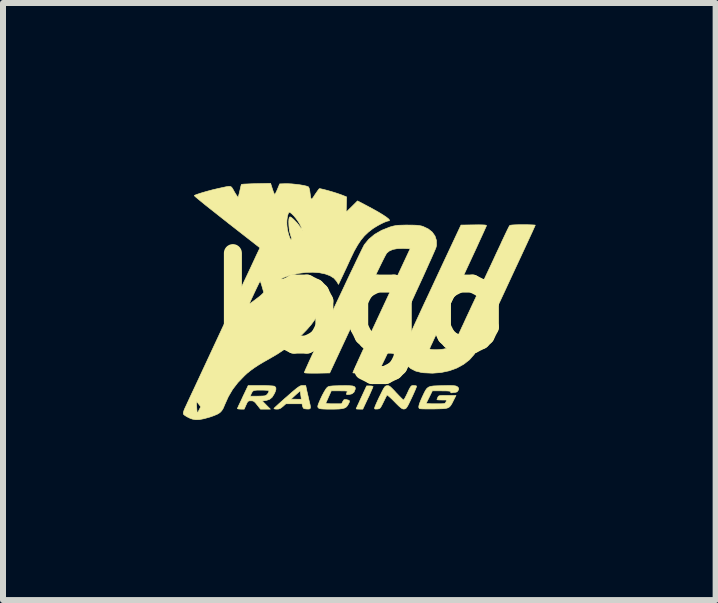
<source format=kicad_pcb>
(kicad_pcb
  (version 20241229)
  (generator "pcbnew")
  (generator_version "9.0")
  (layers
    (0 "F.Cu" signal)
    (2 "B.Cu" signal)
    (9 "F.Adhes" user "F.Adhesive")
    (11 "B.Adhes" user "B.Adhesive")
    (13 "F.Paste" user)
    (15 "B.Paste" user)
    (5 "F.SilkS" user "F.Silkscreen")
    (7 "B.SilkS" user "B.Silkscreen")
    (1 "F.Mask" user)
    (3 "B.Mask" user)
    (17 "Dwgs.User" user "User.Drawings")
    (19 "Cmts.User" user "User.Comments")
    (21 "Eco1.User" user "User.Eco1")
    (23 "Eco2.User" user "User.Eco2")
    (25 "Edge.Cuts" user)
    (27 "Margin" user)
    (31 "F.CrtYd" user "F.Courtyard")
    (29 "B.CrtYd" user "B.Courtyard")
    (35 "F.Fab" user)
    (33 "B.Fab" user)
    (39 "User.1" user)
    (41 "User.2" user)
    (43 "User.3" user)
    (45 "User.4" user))
  (footprint "logo"
    (layer "F.Cu")
    (at 2.935 2.002)
    (property "Reference" "logo" (at 0 0 0) (layer "F.SilkS") (effects (font (size 1.524 1.524) (thickness 0.3))))
    (attr through_hole)
    (fp_poly (pts (xy 0.209 1.38) (xy 0.229 1.386) (xy 0.231 1.388) (xy 0.226 1.403) (xy 0.212 1.436) (xy 0.191 1.484) (xy 0.165 1.543) (xy 0.146 1.582) (xy 0.06 1.765) (xy 0.005 1.765) (xy -0.029 1.764) (xy -0.049 1.761) (xy -0.051 1.76) (xy -0.046 1.747) (xy -0.032 1.716) (xy -0.01 1.669) (xy 0.016 1.611) (xy 0.037 1.566) (xy 0.124 1.378) (xy 0.176 1.378) (xy 0.209 1.38)) (stroke (width 0.01) (type solid)) (fill yes) (layer "F.SilkS"))
    (fp_poly (pts (xy -0.87 1.47) (xy -0.856 1.53) (xy -0.842 1.591) (xy -0.831 1.64) (xy -0.817 1.697) (xy -0.812 1.734) (xy -0.817 1.754) (xy -0.833 1.763) (xy -0.862 1.763) (xy -0.872 1.763) (xy -0.909 1.759) (xy -0.929 1.75) (xy -0.939 1.731) (xy -0.943 1.718) (xy -0.953 1.676) (xy -1.222 1.676) (xy -1.272 1.721) (xy -1.309 1.75) (xy -1.342 1.763) (xy -1.373 1.765) (xy -1.404 1.763) (xy -1.42 1.757) (xy -1.42 1.754) (xy -1.41 1.742) (xy -1.383 1.717) (xy -1.343 1.68) (xy -1.292 1.634) (xy -1.252 1.599) (xy -1.137 1.599) (xy -0.964 1.6) (xy -0.973 1.534) (xy -0.978 1.496) (xy -0.982 1.47) (xy -0.984 1.464) (xy -0.994 1.47) (xy -1.017 1.49) (xy -1.051 1.52) (xy -1.062 1.53) (xy -1.137 1.599) (xy -1.252 1.599) (xy -1.232 1.581) (xy -1.204 1.557) (xy -1.135 1.496) (xy -1.081 1.45) (xy -1.041 1.417) (xy -1.01 1.395) (xy -0.987 1.381) (xy -0.969 1.374) (xy -0.951 1.372) (xy -0.942 1.372) (xy -0.891 1.372) (xy -0.87 1.47)) (stroke (width 0.01) (type solid)) (fill yes) (layer "F.SilkS"))
    (fp_poly (pts (xy -1.566 1.372) (xy -1.5 1.375) (xy -1.449 1.378) (xy -1.416 1.382) (xy -1.409 1.385) (xy -1.39 1.404) (xy -1.387 1.433) (xy -1.4 1.477) (xy -1.416 1.511) (xy -1.451 1.567) (xy -1.492 1.601) (xy -1.545 1.619) (xy -1.563 1.622) (xy -1.615 1.629) (xy -1.548 1.697) (xy -1.48 1.765) (xy -1.645 1.765) (xy -1.7 1.695) (xy -1.73 1.658) (xy -1.753 1.637) (xy -1.774 1.628) (xy -1.802 1.626) (xy -1.804 1.626) (xy -1.833 1.627) (xy -1.851 1.635) (xy -1.866 1.654) (xy -1.883 1.691) (xy -1.885 1.695) (xy -1.916 1.765) (xy -1.975 1.765) (xy -2.009 1.763) (xy -2.028 1.758) (xy -2.03 1.754) (xy -2.023 1.74) (xy -2.008 1.706) (xy -1.985 1.658) (xy -1.957 1.599) (xy -1.938 1.557) (xy -1.934 1.549) (xy -1.816 1.549) (xy -1.705 1.549) (xy -1.651 1.548) (xy -1.603 1.546) (xy -1.571 1.543) (xy -1.565 1.541) (xy -1.542 1.528) (xy -1.521 1.504) (xy -1.507 1.478) (xy -1.506 1.458) (xy -1.508 1.456) (xy -1.523 1.452) (xy -1.558 1.45) (xy -1.606 1.448) (xy -1.639 1.448) (xy -1.699 1.448) (xy -1.738 1.452) (xy -1.764 1.46) (xy -1.781 1.475) (xy -1.794 1.499) (xy -1.801 1.514) (xy -1.816 1.549) (xy -1.934 1.549) (xy -1.85 1.372) (xy -1.642 1.372) (xy -1.566 1.372)) (stroke (width 0.01) (type solid)) (fill yes) (layer "F.SilkS"))
    (fp_poly (pts (xy -0.155 1.375) (xy -0.11 1.379) (xy -0.082 1.388) (xy -0.068 1.402) (xy -0.065 1.421) (xy -0.067 1.436) (xy -0.087 1.483) (xy -0.121 1.51) (xy -0.162 1.52) (xy -0.198 1.523) (xy -0.213 1.518) (xy -0.211 1.501) (xy -0.203 1.485) (xy -0.198 1.474) (xy -0.201 1.467) (xy -0.216 1.463) (xy -0.246 1.461) (xy -0.295 1.461) (xy -0.327 1.46) (xy -0.465 1.46) (xy -0.509 1.558) (xy -0.529 1.604) (xy -0.546 1.641) (xy -0.555 1.663) (xy -0.557 1.666) (xy -0.547 1.67) (xy -0.516 1.674) (xy -0.47 1.676) (xy -0.427 1.676) (xy -0.293 1.676) (xy -0.273 1.637) (xy -0.256 1.611) (xy -0.237 1.604) (xy -0.212 1.607) (xy -0.176 1.616) (xy -0.161 1.628) (xy -0.165 1.65) (xy -0.178 1.677) (xy -0.196 1.708) (xy -0.217 1.731) (xy -0.245 1.747) (xy -0.284 1.757) (xy -0.337 1.763) (xy -0.409 1.765) (xy -0.468 1.765) (xy -0.545 1.765) (xy -0.601 1.763) (xy -0.638 1.76) (xy -0.662 1.755) (xy -0.676 1.748) (xy -0.678 1.746) (xy -0.689 1.732) (xy -0.69 1.714) (xy -0.682 1.686) (xy -0.673 1.663) (xy -0.645 1.598) (xy -0.615 1.534) (xy -0.584 1.477) (xy -0.556 1.431) (xy -0.534 1.404) (xy -0.534 1.403) (xy -0.52 1.394) (xy -0.503 1.386) (xy -0.478 1.382) (xy -0.44 1.378) (xy -0.385 1.376) (xy -0.309 1.374) (xy -0.307 1.374) (xy -0.22 1.373) (xy -0.155 1.375)) (stroke (width 0.01) (type solid)) (fill yes) (layer "F.SilkS"))
    (fp_poly (pts (xy 0.938 1.374) (xy 0.956 1.38) (xy 0.956 1.381) (xy 0.953 1.395) (xy 0.941 1.428) (xy 0.92 1.476) (xy 0.894 1.534) (xy 0.875 1.575) (xy 0.842 1.644) (xy 0.818 1.693) (xy 0.799 1.726) (xy 0.784 1.747) (xy 0.771 1.757) (xy 0.757 1.762) (xy 0.749 1.763) (xy 0.732 1.763) (xy 0.714 1.756) (xy 0.692 1.741) (xy 0.662 1.715) (xy 0.62 1.674) (xy 0.589 1.642) (xy 0.545 1.598) (xy 0.507 1.563) (xy 0.479 1.539) (xy 0.463 1.53) (xy 0.462 1.53) (xy 0.454 1.547) (xy 0.437 1.58) (xy 0.415 1.625) (xy 0.402 1.651) (xy 0.377 1.701) (xy 0.359 1.733) (xy 0.344 1.751) (xy 0.327 1.759) (xy 0.305 1.763) (xy 0.3 1.763) (xy 0.269 1.764) (xy 0.256 1.759) (xy 0.257 1.742) (xy 0.259 1.736) (xy 0.267 1.714) (xy 0.284 1.674) (xy 0.308 1.621) (xy 0.336 1.561) (xy 0.346 1.542) (xy 0.378 1.477) (xy 0.401 1.432) (xy 0.419 1.403) (xy 0.433 1.386) (xy 0.447 1.378) (xy 0.463 1.374) (xy 0.465 1.374) (xy 0.483 1.374) (xy 0.501 1.38) (xy 0.522 1.395) (xy 0.55 1.422) (xy 0.59 1.463) (xy 0.616 1.492) (xy 0.659 1.537) (xy 0.696 1.575) (xy 0.723 1.601) (xy 0.738 1.613) (xy 0.739 1.613) (xy 0.749 1.602) (xy 0.766 1.573) (xy 0.788 1.53) (xy 0.806 1.492) (xy 0.831 1.438) (xy 0.85 1.404) (xy 0.864 1.384) (xy 0.878 1.374) (xy 0.895 1.372) (xy 0.907 1.372) (xy 0.938 1.374)) (stroke (width 0.01) (type solid)) (fill yes) (layer "F.SilkS"))
    (fp_poly (pts (xy 1.57 1.374) (xy 1.599 1.377) (xy 1.618 1.382) (xy 1.632 1.389) (xy 1.637 1.393) (xy 1.656 1.413) (xy 1.657 1.433) (xy 1.65 1.451) (xy 1.63 1.478) (xy 1.599 1.486) (xy 1.565 1.489) (xy 1.544 1.494) (xy 1.527 1.492) (xy 1.524 1.481) (xy 1.521 1.472) (xy 1.509 1.466) (xy 1.484 1.463) (xy 1.443 1.461) (xy 1.38 1.461) (xy 1.372 1.46) (xy 1.219 1.46) (xy 1.169 1.562) (xy 1.146 1.608) (xy 1.128 1.644) (xy 1.119 1.666) (xy 1.118 1.67) (xy 1.129 1.672) (xy 1.162 1.674) (xy 1.21 1.676) (xy 1.269 1.676) (xy 1.274 1.676) (xy 1.34 1.676) (xy 1.384 1.675) (xy 1.413 1.672) (xy 1.429 1.667) (xy 1.439 1.658) (xy 1.445 1.645) (xy 1.445 1.645) (xy 1.46 1.613) (xy 1.378 1.613) (xy 1.336 1.612) (xy 1.306 1.61) (xy 1.295 1.607) (xy 1.3 1.593) (xy 1.31 1.569) (xy 1.317 1.555) (xy 1.327 1.546) (xy 1.344 1.54) (xy 1.374 1.538) (xy 1.42 1.537) (xy 1.469 1.537) (xy 1.613 1.537) (xy 1.57 1.622) (xy 1.547 1.668) (xy 1.526 1.703) (xy 1.505 1.727) (xy 1.479 1.743) (xy 1.444 1.753) (xy 1.395 1.758) (xy 1.33 1.76) (xy 1.246 1.762) (xy 1.173 1.762) (xy 1.107 1.762) (xy 1.055 1.761) (xy 1.02 1.759) (xy 1.006 1.757) (xy 0.994 1.743) (xy 0.993 1.716) (xy 1.004 1.674) (xy 1.028 1.613) (xy 1.052 1.559) (xy 1.081 1.498) (xy 1.105 1.452) (xy 1.128 1.42) (xy 1.155 1.399) (xy 1.189 1.386) (xy 1.236 1.379) (xy 1.3 1.376) (xy 1.384 1.374) (xy 1.389 1.374) (xy 1.47 1.372) (xy 1.529 1.372) (xy 1.57 1.374)) (stroke (width 0.01) (type solid)) (fill yes) (layer "F.SilkS"))
    (fp_poly (pts (xy 0.889 -1.301) (xy 0.951 -1.299) (xy 0.998 -1.294) (xy 1.036 -1.287) (xy 1.063 -1.279) (xy 1.15 -1.238) (xy 1.217 -1.185) (xy 1.263 -1.12) (xy 1.287 -1.046) (xy 1.288 -0.965) (xy 1.282 -0.936) (xy 1.275 -0.916) (xy 1.258 -0.875) (xy 1.232 -0.816) (xy 1.199 -0.741) (xy 1.158 -0.651) (xy 1.112 -0.548) (xy 1.061 -0.435) (xy 1.005 -0.314) (xy 0.946 -0.186) (xy 0.886 -0.054) (xy 0.823 0.081) (xy 0.761 0.216) (xy 0.699 0.35) (xy 0.638 0.48) (xy 0.58 0.604) (xy 0.525 0.721) (xy 0.474 0.829) (xy 0.429 0.924) (xy 0.389 1.006) (xy 0.357 1.073) (xy 0.333 1.122) (xy 0.317 1.151) (xy 0.312 1.159) (xy 0.295 1.162) (xy 0.258 1.165) (xy 0.208 1.167) (xy 0.148 1.168) (xy 0.085 1.168) (xy 0.023 1.167) (xy -0.032 1.166) (xy -0.075 1.164) (xy -0.101 1.161) (xy -0.106 1.159) (xy -0.101 1.146) (xy -0.087 1.112) (xy -0.063 1.059) (xy -0.031 0.987) (xy 0.009 0.899) (xy 0.056 0.796) (xy 0.11 0.68) (xy 0.168 0.552) (xy 0.232 0.415) (xy 0.3 0.269) (xy 0.369 0.121) (xy 0.849 -0.908) (xy 0.734 -0.912) (xy 0.638 -0.91) (xy 0.562 -0.896) (xy 0.501 -0.869) (xy 0.462 -0.837) (xy 0.449 -0.818) (xy 0.426 -0.776) (xy 0.393 -0.711) (xy 0.35 -0.624) (xy 0.297 -0.515) (xy 0.234 -0.385) (xy 0.163 -0.234) (xy 0.082 -0.063) (xy -0.008 0.129) (xy -0.033 0.181) (xy -0.491 1.162) (xy -0.702 1.166) (xy -0.789 1.166) (xy -0.851 1.165) (xy -0.892 1.163) (xy -0.912 1.158) (xy -0.914 1.155) (xy -0.909 1.14) (xy -0.894 1.105) (xy -0.869 1.05) (xy -0.837 0.978) (xy -0.797 0.892) (xy -0.751 0.792) (xy -0.7 0.682) (xy -0.645 0.562) (xy -0.585 0.435) (xy -0.524 0.303) (xy -0.46 0.168) (xy -0.397 0.032) (xy -0.333 -0.103) (xy -0.27 -0.236) (xy -0.21 -0.364) (xy -0.153 -0.485) (xy -0.099 -0.597) (xy -0.051 -0.698) (xy -0.008 -0.787) (xy 0.028 -0.861) (xy 0.056 -0.918) (xy 0.076 -0.957) (xy 0.085 -0.975) (xy 0.161 -1.067) (xy 0.258 -1.148) (xy 0.375 -1.215) (xy 0.511 -1.269) (xy 0.521 -1.272) (xy 0.563 -1.284) (xy 0.603 -1.292) (xy 0.646 -1.298) (xy 0.7 -1.3) (xy 0.771 -1.302) (xy 0.806 -1.302) (xy 0.889 -1.301)) (stroke (width 0.01) (type solid)) (fill yes) (layer "F.SilkS"))
    (fp_poly (pts (xy 2.795 -1.308) (xy 2.855 -1.306) (xy 2.9 -1.304) (xy 2.928 -1.302) (xy 2.934 -1.3) (xy 2.928 -1.287) (xy 2.912 -1.251) (xy 2.886 -1.193) (xy 2.849 -1.113) (xy 2.802 -1.011) (xy 2.745 -0.888) (xy 2.678 -0.744) (xy 2.601 -0.579) (xy 2.515 -0.394) (xy 2.42 -0.189) (xy 2.315 0.036) (xy 2.201 0.28) (xy 2.078 0.543) (xy 2.069 0.563) (xy 2.033 0.637) (xy 1.996 0.709) (xy 1.962 0.774) (xy 1.933 0.825) (xy 1.916 0.852) (xy 1.838 0.942) (xy 1.74 1.018) (xy 1.627 1.08) (xy 1.501 1.126) (xy 1.364 1.155) (xy 1.22 1.166) (xy 1.072 1.159) (xy 1.036 1.154) (xy 0.942 1.131) (xy 0.862 1.091) (xy 0.798 1.038) (xy 0.752 0.973) (xy 0.728 0.898) (xy 0.724 0.855) (xy 0.724 0.843) (xy 0.726 0.829) (xy 0.729 0.813) (xy 0.735 0.793) (xy 0.743 0.769) (xy 0.754 0.738) (xy 0.769 0.701) (xy 0.788 0.655) (xy 0.812 0.599) (xy 0.842 0.533) (xy 0.877 0.456) (xy 0.918 0.365) (xy 0.966 0.261) (xy 1.021 0.142) (xy 1.084 0.006) (xy 1.156 -0.147) (xy 1.236 -0.319) (xy 1.325 -0.51) (xy 1.424 -0.722) (xy 1.529 -0.946) (xy 1.696 -1.302) (xy 1.908 -1.305) (xy 1.992 -1.306) (xy 2.053 -1.305) (xy 2.093 -1.303) (xy 2.115 -1.299) (xy 2.121 -1.294) (xy 2.116 -1.28) (xy 2.1 -1.245) (xy 2.076 -1.191) (xy 2.043 -1.119) (xy 2.002 -1.03) (xy 1.955 -0.926) (xy 1.901 -0.81) (xy 1.842 -0.683) (xy 1.778 -0.545) (xy 1.711 -0.4) (xy 1.65 -0.271) (xy 1.58 -0.12) (xy 1.513 0.024) (xy 1.449 0.16) (xy 1.391 0.287) (xy 1.337 0.402) (xy 1.29 0.504) (xy 1.249 0.591) (xy 1.217 0.661) (xy 1.192 0.713) (xy 1.178 0.746) (xy 1.173 0.756) (xy 1.18 0.766) (xy 1.207 0.772) (xy 1.249 0.775) (xy 1.299 0.775) (xy 1.352 0.771) (xy 1.403 0.765) (xy 1.446 0.755) (xy 1.486 0.74) (xy 1.522 0.72) (xy 1.554 0.69) (xy 1.585 0.649) (xy 1.619 0.592) (xy 1.657 0.517) (xy 1.685 0.457) (xy 1.71 0.402) (xy 1.745 0.328) (xy 1.786 0.238) (xy 1.834 0.136) (xy 1.885 0.026) (xy 1.939 -0.088) (xy 1.993 -0.204) (xy 2.013 -0.248) (xy 2.068 -0.366) (xy 2.125 -0.488) (xy 2.182 -0.609) (xy 2.236 -0.724) (xy 2.285 -0.831) (xy 2.329 -0.924) (xy 2.364 -0.999) (xy 2.371 -1.016) (xy 2.407 -1.092) (xy 2.439 -1.16) (xy 2.467 -1.218) (xy 2.489 -1.262) (xy 2.502 -1.287) (xy 2.505 -1.292) (xy 2.519 -1.299) (xy 2.549 -1.303) (xy 2.598 -1.306) (xy 2.668 -1.308) (xy 2.726 -1.308) (xy 2.795 -1.308)) (stroke (width 0.01) (type solid)) (fill yes) (layer "F.SilkS"))
    (fp_poly (pts (xy -1.448 -1.91) (xy -1.433 -1.865) (xy -1.419 -1.831) (xy -1.411 -1.813) (xy -1.411 -1.813) (xy -1.402 -1.819) (xy -1.387 -1.844) (xy -1.369 -1.883) (xy -1.364 -1.895) (xy -1.325 -1.988) (xy -1.24 -1.991) (xy -1.186 -1.991) (xy -1.123 -1.988) (xy -1.056 -1.981) (xy -0.99 -1.973) (xy -0.93 -1.963) (xy -0.882 -1.952) (xy -0.851 -1.941) (xy -0.843 -1.936) (xy -0.833 -1.913) (xy -0.824 -1.875) (xy -0.82 -1.844) (xy -0.812 -1.784) (xy -0.805 -1.748) (xy -0.796 -1.735) (xy -0.782 -1.743) (xy -0.76 -1.773) (xy -0.737 -1.809) (xy -0.708 -1.851) (xy -0.684 -1.885) (xy -0.668 -1.905) (xy -0.665 -1.908) (xy -0.649 -1.908) (xy -0.613 -1.9) (xy -0.564 -1.888) (xy -0.505 -1.872) (xy -0.443 -1.854) (xy -0.382 -1.835) (xy -0.326 -1.816) (xy -0.282 -1.8) (xy -0.21 -1.771) (xy -0.213 -1.644) (xy -0.217 -1.518) (xy -0.122 -1.611) (xy -0.028 -1.705) (xy 0.123 -1.626) (xy 0.229 -1.569) (xy 0.32 -1.518) (xy 0.394 -1.473) (xy 0.451 -1.435) (xy 0.488 -1.406) (xy 0.505 -1.385) (xy 0.501 -1.373) (xy 0.489 -1.372) (xy 0.461 -1.365) (xy 0.417 -1.348) (xy 0.365 -1.323) (xy 0.309 -1.293) (xy 0.256 -1.261) (xy 0.224 -1.24) (xy 0.151 -1.183) (xy 0.086 -1.121) (xy 0.028 -1.051) (xy -0.027 -0.968) (xy -0.083 -0.869) (xy -0.139 -0.753) (xy -0.174 -0.677) (xy -0.212 -0.594) (xy -0.25 -0.514) (xy -0.279 -0.452) (xy -0.345 -0.313) (xy -0.376 -0.365) (xy -0.421 -0.417) (xy -0.486 -0.458) (xy -0.568 -0.488) (xy -0.664 -0.508) (xy -0.772 -0.516) (xy -0.887 -0.513) (xy -1.007 -0.498) (xy -1.129 -0.47) (xy -1.176 -0.456) (xy -1.24 -0.435) (xy -1.281 -0.418) (xy -1.299 -0.407) (xy -1.294 -0.401) (xy -1.265 -0.402) (xy -1.254 -0.403) (xy -1.209 -0.404) (xy -1.148 -0.403) (xy -1.077 -0.399) (xy -1.002 -0.392) (xy -0.931 -0.384) (xy -0.869 -0.375) (xy -0.824 -0.366) (xy -0.813 -0.362) (xy -0.733 -0.325) (xy -0.673 -0.276) (xy -0.63 -0.212) (xy -0.627 -0.207) (xy -0.606 -0.151) (xy -0.599 -0.093) (xy -0.607 -0.028) (xy -0.63 0.049) (xy -0.649 0.097) (xy -0.691 0.189) (xy -0.74 0.274) (xy -0.8 0.357) (xy -0.875 0.443) (xy -0.951 0.521) (xy -1.081 0.641) (xy -1.215 0.748) (xy -1.36 0.845) (xy -1.483 0.917) (xy -1.589 0.977) (xy -1.676 1.029) (xy -1.749 1.077) (xy -1.811 1.122) (xy -1.867 1.167) (xy -1.912 1.209) (xy -2.021 1.322) (xy -2.109 1.436) (xy -2.181 1.559) (xy -2.242 1.695) (xy -2.242 1.695) (xy -2.265 1.75) (xy -2.291 1.792) (xy -2.322 1.824) (xy -2.365 1.85) (xy -2.425 1.875) (xy -2.488 1.897) (xy -2.584 1.924) (xy -2.662 1.939) (xy -2.726 1.941) (xy -2.781 1.931) (xy -2.824 1.915) (xy -2.868 1.893) (xy -2.904 1.871) (xy -2.927 1.851) (xy -2.93 1.846) (xy -2.93 1.823) (xy -2.92 1.788) (xy -2.912 1.767) (xy -2.904 1.749) (xy -2.886 1.711) (xy -2.86 1.655) (xy -2.711 1.655) (xy -2.71 1.686) (xy -2.708 1.727) (xy -2.705 1.768) (xy -2.702 1.804) (xy -2.699 1.825) (xy -2.698 1.829) (xy -2.69 1.819) (xy -2.675 1.793) (xy -2.667 1.777) (xy -2.64 1.725) (xy -2.674 1.681) (xy -2.695 1.655) (xy -2.708 1.641) (xy -2.71 1.641) (xy -2.711 1.655) (xy -2.86 1.655) (xy -2.859 1.653) (xy -2.824 1.577) (xy -2.781 1.485) (xy -2.731 1.379) (xy -2.676 1.261) (xy -2.616 1.132) (xy -2.552 0.995) (xy -2.485 0.851) (xy -2.415 0.701) (xy -2.344 0.549) (xy -2.272 0.394) (xy -2.199 0.24) (xy -2.128 0.088) (xy -2.091 0.009) (xy -1.829 0.009) (xy -1.825 0.009) (xy -1.815 0.003) (xy -1.794 -0.012) (xy -1.759 -0.038) (xy -1.709 -0.076) (xy -1.685 -0.094) (xy -1.643 -0.127) (xy -1.612 -0.156) (xy -1.594 -0.176) (xy -1.591 -0.183) (xy -1.597 -0.202) (xy -1.607 -0.237) (xy -1.62 -0.282) (xy -1.62 -0.283) (xy -1.633 -0.325) (xy -1.644 -0.355) (xy -1.651 -0.368) (xy -1.651 -0.368) (xy -1.657 -0.357) (xy -1.673 -0.328) (xy -1.694 -0.285) (xy -1.719 -0.233) (xy -1.746 -0.176) (xy -1.772 -0.12) (xy -1.796 -0.068) (xy -1.815 -0.027) (xy -1.826 0.001) (xy -1.827 0.003) (xy -1.829 0.009) (xy -2.091 0.009) (xy -2.059 -0.06) (xy -1.992 -0.203) (xy -1.929 -0.339) (xy -1.869 -0.465) (xy -1.815 -0.58) (xy -1.767 -0.683) (xy -1.726 -0.771) (xy -1.718 -0.789) (xy -1.654 -0.923) (xy -2.179 -1.333) (xy -1.206 -1.333) (xy -1.203 -1.284) (xy -1.196 -1.23) (xy -1.184 -1.176) (xy -1.17 -1.127) (xy -1.156 -1.088) (xy -1.142 -1.064) (xy -1.131 -1.06) (xy -1.128 -1.075) (xy -1.135 -1.108) (xy -1.145 -1.14) (xy -1.158 -1.187) (xy -1.162 -1.213) (xy -0.953 -1.213) (xy -0.946 -1.206) (xy -0.94 -1.213) (xy -0.946 -1.219) (xy -0.953 -1.213) (xy -1.162 -1.213) (xy -1.167 -1.243) (xy -1.172 -1.301) (xy -1.174 -1.357) (xy -1.171 -1.402) (xy -1.163 -1.431) (xy -1.16 -1.436) (xy -1.148 -1.438) (xy -1.127 -1.426) (xy -1.094 -1.398) (xy -1.075 -1.379) (xy -1.038 -1.34) (xy -1.006 -1.301) (xy -0.985 -1.271) (xy -0.984 -1.269) (xy -0.969 -1.245) (xy -0.958 -1.236) (xy -0.957 -1.236) (xy -0.959 -1.25) (xy -0.971 -1.279) (xy -0.99 -1.318) (xy -0.991 -1.32) (xy -1.019 -1.365) (xy -1.052 -1.411) (xy -1.087 -1.454) (xy -1.121 -1.488) (xy -1.149 -1.51) (xy -1.167 -1.516) (xy -1.17 -1.515) (xy -1.184 -1.488) (xy -1.196 -1.443) (xy -1.204 -1.387) (xy -1.206 -1.333) (xy -2.179 -1.333) (xy -2.204 -1.353) (xy -2.307 -1.434) (xy -2.403 -1.51) (xy -2.492 -1.58) (xy -2.57 -1.642) (xy -2.636 -1.696) (xy -2.688 -1.739) (xy -2.725 -1.77) (xy -2.745 -1.789) (xy -2.748 -1.793) (xy -2.733 -1.802) (xy -2.698 -1.815) (xy -2.647 -1.832) (xy -2.584 -1.851) (xy -2.516 -1.87) (xy -2.445 -1.889) (xy -2.377 -1.905) (xy -2.351 -1.911) (xy -2.274 -1.928) (xy -2.218 -1.94) (xy -2.178 -1.946) (xy -2.151 -1.946) (xy -2.132 -1.938) (xy -2.117 -1.921) (xy -2.101 -1.895) (xy -2.082 -1.86) (xy -2.056 -1.817) (xy -2.035 -1.785) (xy -2.022 -1.767) (xy -2.02 -1.765) (xy -2.014 -1.777) (xy -2.005 -1.807) (xy -1.994 -1.851) (xy -1.99 -1.869) (xy -1.979 -1.918) (xy -1.97 -1.956) (xy -1.963 -1.977) (xy -1.961 -1.98) (xy -1.947 -1.982) (xy -1.912 -1.985) (xy -1.859 -1.987) (xy -1.793 -1.99) (xy -1.718 -1.992) (xy -1.715 -1.992) (xy -1.476 -1.997) (xy -1.448 -1.91)) (stroke (width 0.01) (type solid)) (fill yes) (layer "F.SilkS")))
  (gr_rect
    (start -3 -3)
    (end 8.874 6.948)
    (stroke (width 0.1) (type default))
    (fill no)
    (layer "Edge.Cuts")))
</source>
